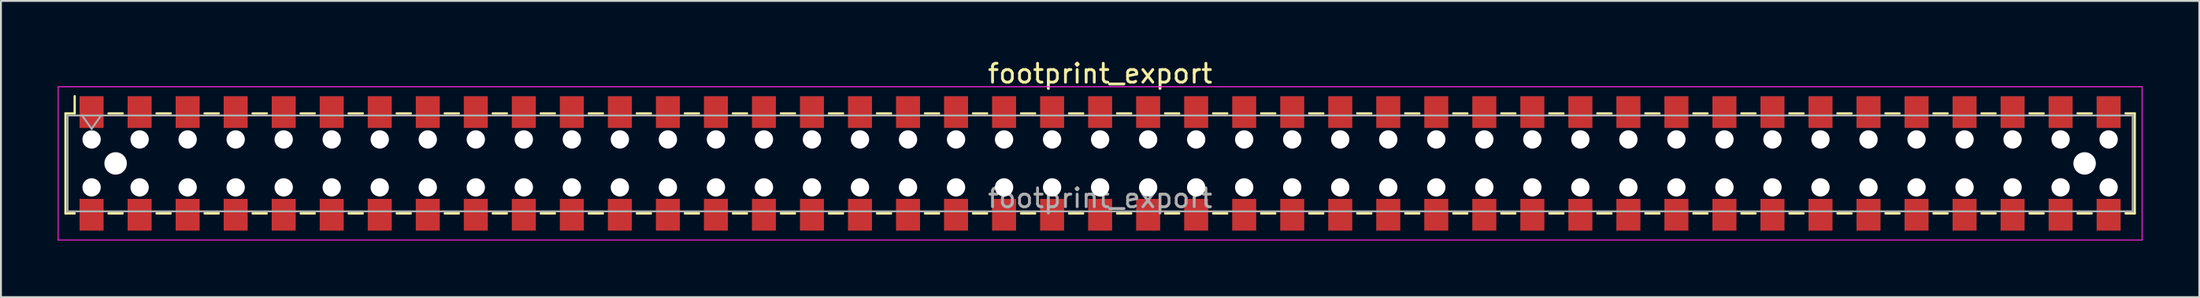
<source format=kicad_pcb>
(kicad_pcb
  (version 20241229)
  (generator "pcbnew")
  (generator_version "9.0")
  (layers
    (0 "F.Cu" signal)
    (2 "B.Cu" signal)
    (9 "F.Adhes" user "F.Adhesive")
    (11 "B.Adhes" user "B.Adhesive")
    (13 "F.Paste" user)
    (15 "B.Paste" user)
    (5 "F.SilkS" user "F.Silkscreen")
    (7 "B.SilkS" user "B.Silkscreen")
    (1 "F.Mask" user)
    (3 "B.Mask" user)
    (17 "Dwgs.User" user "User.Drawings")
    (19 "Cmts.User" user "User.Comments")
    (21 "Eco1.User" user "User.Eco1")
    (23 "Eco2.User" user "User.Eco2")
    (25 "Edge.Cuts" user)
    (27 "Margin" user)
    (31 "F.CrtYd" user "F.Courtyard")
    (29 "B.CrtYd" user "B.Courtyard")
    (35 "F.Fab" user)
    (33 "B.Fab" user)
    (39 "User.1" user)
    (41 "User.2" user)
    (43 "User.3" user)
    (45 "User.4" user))
  (footprint "footprint_export"
    (layer "F.Cu")
    (at 55.135 5.608)
    (property "Reference" "footprint_export" (at 0 -4.76 0) (layer "F.SilkS") (effects (font (size 1 1) (thickness 0.15))))
    (attr smd)
    (fp_line (start -54.72 -2.65) (end -54.72 2.65) (stroke (width 0.12) (type solid)) (layer "F.SilkS"))
    (fp_line (start -54.72 2.65) (end -54.235 2.65) (stroke (width 0.12) (type solid)) (layer "F.SilkS"))
    (fp_line (start -54.235 -3.56) (end -54.235 -2.65) (stroke (width 0.12) (type solid)) (layer "F.SilkS"))
    (fp_line (start -54.235 -2.65) (end -54.72 -2.65) (stroke (width 0.12) (type solid)) (layer "F.SilkS"))
    (fp_line (start -52.445 -2.65) (end -51.695 -2.65) (stroke (width 0.12) (type solid)) (layer "F.SilkS"))
    (fp_line (start -52.445 2.65) (end -51.695 2.65) (stroke (width 0.12) (type solid)) (layer "F.SilkS"))
    (fp_line (start -49.905 -2.65) (end -49.155 -2.65) (stroke (width 0.12) (type solid)) (layer "F.SilkS"))
    (fp_line (start -49.905 2.65) (end -49.155 2.65) (stroke (width 0.12) (type solid)) (layer "F.SilkS"))
    (fp_line (start -47.365 -2.65) (end -46.615 -2.65) (stroke (width 0.12) (type solid)) (layer "F.SilkS"))
    (fp_line (start -47.365 2.65) (end -46.615 2.65) (stroke (width 0.12) (type solid)) (layer "F.SilkS"))
    (fp_line (start -44.825 -2.65) (end -44.075 -2.65) (stroke (width 0.12) (type solid)) (layer "F.SilkS"))
    (fp_line (start -44.825 2.65) (end -44.075 2.65) (stroke (width 0.12) (type solid)) (layer "F.SilkS"))
    (fp_line (start -42.285 -2.65) (end -41.535 -2.65) (stroke (width 0.12) (type solid)) (layer "F.SilkS"))
    (fp_line (start -42.285 2.65) (end -41.535 2.65) (stroke (width 0.12) (type solid)) (layer "F.SilkS"))
    (fp_line (start -39.745 -2.65) (end -38.995 -2.65) (stroke (width 0.12) (type solid)) (layer "F.SilkS"))
    (fp_line (start -39.745 2.65) (end -38.995 2.65) (stroke (width 0.12) (type solid)) (layer "F.SilkS"))
    (fp_line (start -37.205 -2.65) (end -36.455 -2.65) (stroke (width 0.12) (type solid)) (layer "F.SilkS"))
    (fp_line (start -37.205 2.65) (end -36.455 2.65) (stroke (width 0.12) (type solid)) (layer "F.SilkS"))
    (fp_line (start -34.665 -2.65) (end -33.915 -2.65) (stroke (width 0.12) (type solid)) (layer "F.SilkS"))
    (fp_line (start -34.665 2.65) (end -33.915 2.65) (stroke (width 0.12) (type solid)) (layer "F.SilkS"))
    (fp_line (start -32.125 -2.65) (end -31.375 -2.65) (stroke (width 0.12) (type solid)) (layer "F.SilkS"))
    (fp_line (start -32.125 2.65) (end -31.375 2.65) (stroke (width 0.12) (type solid)) (layer "F.SilkS"))
    (fp_line (start -29.585 -2.65) (end -28.835 -2.65) (stroke (width 0.12) (type solid)) (layer "F.SilkS"))
    (fp_line (start -29.585 2.65) (end -28.835 2.65) (stroke (width 0.12) (type solid)) (layer "F.SilkS"))
    (fp_line (start -27.045 -2.65) (end -26.295 -2.65) (stroke (width 0.12) (type solid)) (layer "F.SilkS"))
    (fp_line (start -27.045 2.65) (end -26.295 2.65) (stroke (width 0.12) (type solid)) (layer "F.SilkS"))
    (fp_line (start -24.505 -2.65) (end -23.755 -2.65) (stroke (width 0.12) (type solid)) (layer "F.SilkS"))
    (fp_line (start -24.505 2.65) (end -23.755 2.65) (stroke (width 0.12) (type solid)) (layer "F.SilkS"))
    (fp_line (start -21.965 -2.65) (end -21.215 -2.65) (stroke (width 0.12) (type solid)) (layer "F.SilkS"))
    (fp_line (start -21.965 2.65) (end -21.215 2.65) (stroke (width 0.12) (type solid)) (layer "F.SilkS"))
    (fp_line (start -19.425 -2.65) (end -18.675 -2.65) (stroke (width 0.12) (type solid)) (layer "F.SilkS"))
    (fp_line (start -19.425 2.65) (end -18.675 2.65) (stroke (width 0.12) (type solid)) (layer "F.SilkS"))
    (fp_line (start -16.885 -2.65) (end -16.135 -2.65) (stroke (width 0.12) (type solid)) (layer "F.SilkS"))
    (fp_line (start -16.885 2.65) (end -16.135 2.65) (stroke (width 0.12) (type solid)) (layer "F.SilkS"))
    (fp_line (start -14.345 -2.65) (end -13.595 -2.65) (stroke (width 0.12) (type solid)) (layer "F.SilkS"))
    (fp_line (start -14.345 2.65) (end -13.595 2.65) (stroke (width 0.12) (type solid)) (layer "F.SilkS"))
    (fp_line (start -11.805 -2.65) (end -11.055 -2.65) (stroke (width 0.12) (type solid)) (layer "F.SilkS"))
    (fp_line (start -11.805 2.65) (end -11.055 2.65) (stroke (width 0.12) (type solid)) (layer "F.SilkS"))
    (fp_line (start -9.265 -2.65) (end -8.515 -2.65) (stroke (width 0.12) (type solid)) (layer "F.SilkS"))
    (fp_line (start -9.265 2.65) (end -8.515 2.65) (stroke (width 0.12) (type solid)) (layer "F.SilkS"))
    (fp_line (start -6.725 -2.65) (end -5.975 -2.65) (stroke (width 0.12) (type solid)) (layer "F.SilkS"))
    (fp_line (start -6.725 2.65) (end -5.975 2.65) (stroke (width 0.12) (type solid)) (layer "F.SilkS"))
    (fp_line (start -4.185 -2.65) (end -3.435 -2.65) (stroke (width 0.12) (type solid)) (layer "F.SilkS"))
    (fp_line (start -4.185 2.65) (end -3.435 2.65) (stroke (width 0.12) (type solid)) (layer "F.SilkS"))
    (fp_line (start -1.645 -2.65) (end -0.895 -2.65) (stroke (width 0.12) (type solid)) (layer "F.SilkS"))
    (fp_line (start -1.645 2.65) (end -0.895 2.65) (stroke (width 0.12) (type solid)) (layer "F.SilkS"))
    (fp_line (start 0.895 -2.65) (end 1.645 -2.65) (stroke (width 0.12) (type solid)) (layer "F.SilkS"))
    (fp_line (start 0.895 2.65) (end 1.645 2.65) (stroke (width 0.12) (type solid)) (layer "F.SilkS"))
    (fp_line (start 3.435 -2.65) (end 4.185 -2.65) (stroke (width 0.12) (type solid)) (layer "F.SilkS"))
    (fp_line (start 3.435 2.65) (end 4.185 2.65) (stroke (width 0.12) (type solid)) (layer "F.SilkS"))
    (fp_line (start 5.975 -2.65) (end 6.725 -2.65) (stroke (width 0.12) (type solid)) (layer "F.SilkS"))
    (fp_line (start 5.975 2.65) (end 6.725 2.65) (stroke (width 0.12) (type solid)) (layer "F.SilkS"))
    (fp_line (start 8.515 -2.65) (end 9.265 -2.65) (stroke (width 0.12) (type solid)) (layer "F.SilkS"))
    (fp_line (start 8.515 2.65) (end 9.265 2.65) (stroke (width 0.12) (type solid)) (layer "F.SilkS"))
    (fp_line (start 11.055 -2.65) (end 11.805 -2.65) (stroke (width 0.12) (type solid)) (layer "F.SilkS"))
    (fp_line (start 11.055 2.65) (end 11.805 2.65) (stroke (width 0.12) (type solid)) (layer "F.SilkS"))
    (fp_line (start 13.595 -2.65) (end 14.345 -2.65) (stroke (width 0.12) (type solid)) (layer "F.SilkS"))
    (fp_line (start 13.595 2.65) (end 14.345 2.65) (stroke (width 0.12) (type solid)) (layer "F.SilkS"))
    (fp_line (start 16.135 -2.65) (end 16.885 -2.65) (stroke (width 0.12) (type solid)) (layer "F.SilkS"))
    (fp_line (start 16.135 2.65) (end 16.885 2.65) (stroke (width 0.12) (type solid)) (layer "F.SilkS"))
    (fp_line (start 18.675 -2.65) (end 19.425 -2.65) (stroke (width 0.12) (type solid)) (layer "F.SilkS"))
    (fp_line (start 18.675 2.65) (end 19.425 2.65) (stroke (width 0.12) (type solid)) (layer "F.SilkS"))
    (fp_line (start 21.215 -2.65) (end 21.965 -2.65) (stroke (width 0.12) (type solid)) (layer "F.SilkS"))
    (fp_line (start 21.215 2.65) (end 21.965 2.65) (stroke (width 0.12) (type solid)) (layer "F.SilkS"))
    (fp_line (start 23.755 -2.65) (end 24.505 -2.65) (stroke (width 0.12) (type solid)) (layer "F.SilkS"))
    (fp_line (start 23.755 2.65) (end 24.505 2.65) (stroke (width 0.12) (type solid)) (layer "F.SilkS"))
    (fp_line (start 26.295 -2.65) (end 27.045 -2.65) (stroke (width 0.12) (type solid)) (layer "F.SilkS"))
    (fp_line (start 26.295 2.65) (end 27.045 2.65) (stroke (width 0.12) (type solid)) (layer "F.SilkS"))
    (fp_line (start 28.835 -2.65) (end 29.585 -2.65) (stroke (width 0.12) (type solid)) (layer "F.SilkS"))
    (fp_line (start 28.835 2.65) (end 29.585 2.65) (stroke (width 0.12) (type solid)) (layer "F.SilkS"))
    (fp_line (start 31.375 -2.65) (end 32.125 -2.65) (stroke (width 0.12) (type solid)) (layer "F.SilkS"))
    (fp_line (start 31.375 2.65) (end 32.125 2.65) (stroke (width 0.12) (type solid)) (layer "F.SilkS"))
    (fp_line (start 33.915 -2.65) (end 34.665 -2.65) (stroke (width 0.12) (type solid)) (layer "F.SilkS"))
    (fp_line (start 33.915 2.65) (end 34.665 2.65) (stroke (width 0.12) (type solid)) (layer "F.SilkS"))
    (fp_line (start 36.455 -2.65) (end 37.205 -2.65) (stroke (width 0.12) (type solid)) (layer "F.SilkS"))
    (fp_line (start 36.455 2.65) (end 37.205 2.65) (stroke (width 0.12) (type solid)) (layer "F.SilkS"))
    (fp_line (start 38.995 -2.65) (end 39.745 -2.65) (stroke (width 0.12) (type solid)) (layer "F.SilkS"))
    (fp_line (start 38.995 2.65) (end 39.745 2.65) (stroke (width 0.12) (type solid)) (layer "F.SilkS"))
    (fp_line (start 41.535 -2.65) (end 42.285 -2.65) (stroke (width 0.12) (type solid)) (layer "F.SilkS"))
    (fp_line (start 41.535 2.65) (end 42.285 2.65) (stroke (width 0.12) (type solid)) (layer "F.SilkS"))
    (fp_line (start 44.075 -2.65) (end 44.825 -2.65) (stroke (width 0.12) (type solid)) (layer "F.SilkS"))
    (fp_line (start 44.075 2.65) (end 44.825 2.65) (stroke (width 0.12) (type solid)) (layer "F.SilkS"))
    (fp_line (start 46.615 -2.65) (end 47.365 -2.65) (stroke (width 0.12) (type solid)) (layer "F.SilkS"))
    (fp_line (start 46.615 2.65) (end 47.365 2.65) (stroke (width 0.12) (type solid)) (layer "F.SilkS"))
    (fp_line (start 49.155 -2.65) (end 49.905 -2.65) (stroke (width 0.12) (type solid)) (layer "F.SilkS"))
    (fp_line (start 49.155 2.65) (end 49.905 2.65) (stroke (width 0.12) (type solid)) (layer "F.SilkS"))
    (fp_line (start 51.695 -2.65) (end 52.445 -2.65) (stroke (width 0.12) (type solid)) (layer "F.SilkS"))
    (fp_line (start 51.695 2.65) (end 52.445 2.65) (stroke (width 0.12) (type solid)) (layer "F.SilkS"))
    (fp_line (start 54.235 -2.65) (end 54.72 -2.65) (stroke (width 0.12) (type solid)) (layer "F.SilkS"))
    (fp_line (start 54.72 -2.65) (end 54.72 2.65) (stroke (width 0.12) (type solid)) (layer "F.SilkS"))
    (fp_line (start 54.72 2.65) (end 54.235 2.65) (stroke (width 0.12) (type solid)) (layer "F.SilkS"))
    (fp_line (start -55.11 -4.06) (end 55.11 -4.06) (stroke (width 0.05) (type solid)) (layer "F.CrtYd"))
    (fp_line (start -55.11 4.06) (end -55.11 -4.06) (stroke (width 0.05) (type solid)) (layer "F.CrtYd"))
    (fp_line (start 55.11 -4.06) (end 55.11 4.06) (stroke (width 0.05) (type solid)) (layer "F.CrtYd"))
    (fp_line (start 55.11 4.06) (end -55.11 4.06) (stroke (width 0.05) (type solid)) (layer "F.CrtYd"))
    (fp_line (start -54.61 -2.54) (end 54.61 -2.54) (stroke (width 0.1) (type solid)) (layer "F.Fab"))
    (fp_line (start -54.61 2.54) (end -54.61 -2.54) (stroke (width 0.1) (type solid)) (layer "F.Fab"))
    (fp_line (start -53.84 -2.54) (end -53.34 -1.833) (stroke (width 0.1) (type solid)) (layer "F.Fab"))
    (fp_line (start -53.34 -1.833) (end -52.84 -2.54) (stroke (width 0.1) (type solid)) (layer "F.Fab"))
    (fp_line (start 54.61 -2.54) (end 54.61 2.54) (stroke (width 0.1) (type solid)) (layer "F.Fab"))
    (fp_line (start 54.61 2.54) (end -54.61 2.54) (stroke (width 0.1) (type solid)) (layer "F.Fab"))
    (fp_text user "${REFERENCE}" (at 0 1.84 0) (layer "F.Fab") (effects (font (size 1 1) (thickness 0.15))))
    (pad "" np_thru_hole circle (at -53.34 -1.27) (size 0.97 0.97) (drill 0.97) (layers "*.Cu" "*.Mask"))
    (pad "" np_thru_hole circle (at -53.34 1.27) (size 0.97 0.97) (drill 0.97) (layers "*.Cu" "*.Mask"))
    (pad "" np_thru_hole circle (at -52.07 0) (size 1.19 1.19) (drill 1.19) (layers "*.Cu" "*.Mask"))
    (pad "" np_thru_hole circle (at -50.8 -1.27) (size 0.97 0.97) (drill 0.97) (layers "*.Cu" "*.Mask"))
    (pad "" np_thru_hole circle (at -50.8 1.27) (size 0.97 0.97) (drill 0.97) (layers "*.Cu" "*.Mask"))
    (pad "" np_thru_hole circle (at -48.26 -1.27) (size 0.97 0.97) (drill 0.97) (layers "*.Cu" "*.Mask"))
    (pad "" np_thru_hole circle (at -48.26 1.27) (size 0.97 0.97) (drill 0.97) (layers "*.Cu" "*.Mask"))
    (pad "" np_thru_hole circle (at -45.72 -1.27) (size 0.97 0.97) (drill 0.97) (layers "*.Cu" "*.Mask"))
    (pad "" np_thru_hole circle (at -45.72 1.27) (size 0.97 0.97) (drill 0.97) (layers "*.Cu" "*.Mask"))
    (pad "" np_thru_hole circle (at -43.18 -1.27) (size 0.97 0.97) (drill 0.97) (layers "*.Cu" "*.Mask"))
    (pad "" np_thru_hole circle (at -43.18 1.27) (size 0.97 0.97) (drill 0.97) (layers "*.Cu" "*.Mask"))
    (pad "" np_thru_hole circle (at -40.64 -1.27) (size 0.97 0.97) (drill 0.97) (layers "*.Cu" "*.Mask"))
    (pad "" np_thru_hole circle (at -40.64 1.27) (size 0.97 0.97) (drill 0.97) (layers "*.Cu" "*.Mask"))
    (pad "" np_thru_hole circle (at -38.1 -1.27) (size 0.97 0.97) (drill 0.97) (layers "*.Cu" "*.Mask"))
    (pad "" np_thru_hole circle (at -38.1 1.27) (size 0.97 0.97) (drill 0.97) (layers "*.Cu" "*.Mask"))
    (pad "" np_thru_hole circle (at -35.56 -1.27) (size 0.97 0.97) (drill 0.97) (layers "*.Cu" "*.Mask"))
    (pad "" np_thru_hole circle (at -35.56 1.27) (size 0.97 0.97) (drill 0.97) (layers "*.Cu" "*.Mask"))
    (pad "" np_thru_hole circle (at -33.02 -1.27) (size 0.97 0.97) (drill 0.97) (layers "*.Cu" "*.Mask"))
    (pad "" np_thru_hole circle (at -33.02 1.27) (size 0.97 0.97) (drill 0.97) (layers "*.Cu" "*.Mask"))
    (pad "" np_thru_hole circle (at -30.48 -1.27) (size 0.97 0.97) (drill 0.97) (layers "*.Cu" "*.Mask"))
    (pad "" np_thru_hole circle (at -30.48 1.27) (size 0.97 0.97) (drill 0.97) (layers "*.Cu" "*.Mask"))
    (pad "" np_thru_hole circle (at -27.94 -1.27) (size 0.97 0.97) (drill 0.97) (layers "*.Cu" "*.Mask"))
    (pad "" np_thru_hole circle (at -27.94 1.27) (size 0.97 0.97) (drill 0.97) (layers "*.Cu" "*.Mask"))
    (pad "" np_thru_hole circle (at -25.4 -1.27) (size 0.97 0.97) (drill 0.97) (layers "*.Cu" "*.Mask"))
    (pad "" np_thru_hole circle (at -25.4 1.27) (size 0.97 0.97) (drill 0.97) (layers "*.Cu" "*.Mask"))
    (pad "" np_thru_hole circle (at -22.86 -1.27) (size 0.97 0.97) (drill 0.97) (layers "*.Cu" "*.Mask"))
    (pad "" np_thru_hole circle (at -22.86 1.27) (size 0.97 0.97) (drill 0.97) (layers "*.Cu" "*.Mask"))
    (pad "" np_thru_hole circle (at -20.32 -1.27) (size 0.97 0.97) (drill 0.97) (layers "*.Cu" "*.Mask"))
    (pad "" np_thru_hole circle (at -20.32 1.27) (size 0.97 0.97) (drill 0.97) (layers "*.Cu" "*.Mask"))
    (pad "" np_thru_hole circle (at -17.78 -1.27) (size 0.97 0.97) (drill 0.97) (layers "*.Cu" "*.Mask"))
    (pad "" np_thru_hole circle (at -17.78 1.27) (size 0.97 0.97) (drill 0.97) (layers "*.Cu" "*.Mask"))
    (pad "" np_thru_hole circle (at -15.24 -1.27) (size 0.97 0.97) (drill 0.97) (layers "*.Cu" "*.Mask"))
    (pad "" np_thru_hole circle (at -15.24 1.27) (size 0.97 0.97) (drill 0.97) (layers "*.Cu" "*.Mask"))
    (pad "" np_thru_hole circle (at -12.7 -1.27) (size 0.97 0.97) (drill 0.97) (layers "*.Cu" "*.Mask"))
    (pad "" np_thru_hole circle (at -12.7 1.27) (size 0.97 0.97) (drill 0.97) (layers "*.Cu" "*.Mask"))
    (pad "" np_thru_hole circle (at -10.16 -1.27) (size 0.97 0.97) (drill 0.97) (layers "*.Cu" "*.Mask"))
    (pad "" np_thru_hole circle (at -10.16 1.27) (size 0.97 0.97) (drill 0.97) (layers "*.Cu" "*.Mask"))
    (pad "" np_thru_hole circle (at -7.62 -1.27) (size 0.97 0.97) (drill 0.97) (layers "*.Cu" "*.Mask"))
    (pad "" np_thru_hole circle (at -7.62 1.27) (size 0.97 0.97) (drill 0.97) (layers "*.Cu" "*.Mask"))
    (pad "" np_thru_hole circle (at -5.08 -1.27) (size 0.97 0.97) (drill 0.97) (layers "*.Cu" "*.Mask"))
    (pad "" np_thru_hole circle (at -5.08 1.27) (size 0.97 0.97) (drill 0.97) (layers "*.Cu" "*.Mask"))
    (pad "" np_thru_hole circle (at -2.54 -1.27) (size 0.97 0.97) (drill 0.97) (layers "*.Cu" "*.Mask"))
    (pad "" np_thru_hole circle (at -2.54 1.27) (size 0.97 0.97) (drill 0.97) (layers "*.Cu" "*.Mask"))
    (pad "" np_thru_hole circle (at 0 -1.27) (size 0.97 0.97) (drill 0.97) (layers "*.Cu" "*.Mask"))
    (pad "" np_thru_hole circle (at 0 1.27) (size 0.97 0.97) (drill 0.97) (layers "*.Cu" "*.Mask"))
    (pad "" np_thru_hole circle (at 2.54 -1.27) (size 0.97 0.97) (drill 0.97) (layers "*.Cu" "*.Mask"))
    (pad "" np_thru_hole circle (at 2.54 1.27) (size 0.97 0.97) (drill 0.97) (layers "*.Cu" "*.Mask"))
    (pad "" np_thru_hole circle (at 5.08 -1.27) (size 0.97 0.97) (drill 0.97) (layers "*.Cu" "*.Mask"))
    (pad "" np_thru_hole circle (at 5.08 1.27) (size 0.97 0.97) (drill 0.97) (layers "*.Cu" "*.Mask"))
    (pad "" np_thru_hole circle (at 7.62 -1.27) (size 0.97 0.97) (drill 0.97) (layers "*.Cu" "*.Mask"))
    (pad "" np_thru_hole circle (at 7.62 1.27) (size 0.97 0.97) (drill 0.97) (layers "*.Cu" "*.Mask"))
    (pad "" np_thru_hole circle (at 10.16 -1.27) (size 0.97 0.97) (drill 0.97) (layers "*.Cu" "*.Mask"))
    (pad "" np_thru_hole circle (at 10.16 1.27) (size 0.97 0.97) (drill 0.97) (layers "*.Cu" "*.Mask"))
    (pad "" np_thru_hole circle (at 12.7 -1.27) (size 0.97 0.97) (drill 0.97) (layers "*.Cu" "*.Mask"))
    (pad "" np_thru_hole circle (at 12.7 1.27) (size 0.97 0.97) (drill 0.97) (layers "*.Cu" "*.Mask"))
    (pad "" np_thru_hole circle (at 15.24 -1.27) (size 0.97 0.97) (drill 0.97) (layers "*.Cu" "*.Mask"))
    (pad "" np_thru_hole circle (at 15.24 1.27) (size 0.97 0.97) (drill 0.97) (layers "*.Cu" "*.Mask"))
    (pad "" np_thru_hole circle (at 17.78 -1.27) (size 0.97 0.97) (drill 0.97) (layers "*.Cu" "*.Mask"))
    (pad "" np_thru_hole circle (at 17.78 1.27) (size 0.97 0.97) (drill 0.97) (layers "*.Cu" "*.Mask"))
    (pad "" np_thru_hole circle (at 20.32 -1.27) (size 0.97 0.97) (drill 0.97) (layers "*.Cu" "*.Mask"))
    (pad "" np_thru_hole circle (at 20.32 1.27) (size 0.97 0.97) (drill 0.97) (layers "*.Cu" "*.Mask"))
    (pad "" np_thru_hole circle (at 22.86 -1.27) (size 0.97 0.97) (drill 0.97) (layers "*.Cu" "*.Mask"))
    (pad "" np_thru_hole circle (at 22.86 1.27) (size 0.97 0.97) (drill 0.97) (layers "*.Cu" "*.Mask"))
    (pad "" np_thru_hole circle (at 25.4 -1.27) (size 0.97 0.97) (drill 0.97) (layers "*.Cu" "*.Mask"))
    (pad "" np_thru_hole circle (at 25.4 1.27) (size 0.97 0.97) (drill 0.97) (layers "*.Cu" "*.Mask"))
    (pad "" np_thru_hole circle (at 27.94 -1.27) (size 0.97 0.97) (drill 0.97) (layers "*.Cu" "*.Mask"))
    (pad "" np_thru_hole circle (at 27.94 1.27) (size 0.97 0.97) (drill 0.97) (layers "*.Cu" "*.Mask"))
    (pad "" np_thru_hole circle (at 30.48 -1.27) (size 0.97 0.97) (drill 0.97) (layers "*.Cu" "*.Mask"))
    (pad "" np_thru_hole circle (at 30.48 1.27) (size 0.97 0.97) (drill 0.97) (layers "*.Cu" "*.Mask"))
    (pad "" np_thru_hole circle (at 33.02 -1.27) (size 0.97 0.97) (drill 0.97) (layers "*.Cu" "*.Mask"))
    (pad "" np_thru_hole circle (at 33.02 1.27) (size 0.97 0.97) (drill 0.97) (layers "*.Cu" "*.Mask"))
    (pad "" np_thru_hole circle (at 35.56 -1.27) (size 0.97 0.97) (drill 0.97) (layers "*.Cu" "*.Mask"))
    (pad "" np_thru_hole circle (at 35.56 1.27) (size 0.97 0.97) (drill 0.97) (layers "*.Cu" "*.Mask"))
    (pad "" np_thru_hole circle (at 38.1 -1.27) (size 0.97 0.97) (drill 0.97) (layers "*.Cu" "*.Mask"))
    (pad "" np_thru_hole circle (at 38.1 1.27) (size 0.97 0.97) (drill 0.97) (layers "*.Cu" "*.Mask"))
    (pad "" np_thru_hole circle (at 40.64 -1.27) (size 0.97 0.97) (drill 0.97) (layers "*.Cu" "*.Mask"))
    (pad "" np_thru_hole circle (at 40.64 1.27) (size 0.97 0.97) (drill 0.97) (layers "*.Cu" "*.Mask"))
    (pad "" np_thru_hole circle (at 43.18 -1.27) (size 0.97 0.97) (drill 0.97) (layers "*.Cu" "*.Mask"))
    (pad "" np_thru_hole circle (at 43.18 1.27) (size 0.97 0.97) (drill 0.97) (layers "*.Cu" "*.Mask"))
    (pad "" np_thru_hole circle (at 45.72 -1.27) (size 0.97 0.97) (drill 0.97) (layers "*.Cu" "*.Mask"))
    (pad "" np_thru_hole circle (at 45.72 1.27) (size 0.97 0.97) (drill 0.97) (layers "*.Cu" "*.Mask"))
    (pad "" np_thru_hole circle (at 48.26 -1.27) (size 0.97 0.97) (drill 0.97) (layers "*.Cu" "*.Mask"))
    (pad "" np_thru_hole circle (at 48.26 1.27) (size 0.97 0.97) (drill 0.97) (layers "*.Cu" "*.Mask"))
    (pad "" np_thru_hole circle (at 50.8 -1.27) (size 0.97 0.97) (drill 0.97) (layers "*.Cu" "*.Mask"))
    (pad "" np_thru_hole circle (at 50.8 1.27) (size 0.97 0.97) (drill 0.97) (layers "*.Cu" "*.Mask"))
    (pad "" np_thru_hole circle (at 52.07 0) (size 1.19 1.19) (drill 1.19) (layers "*.Cu" "*.Mask"))
    (pad "" np_thru_hole circle (at 53.34 -1.27) (size 0.97 0.97) (drill 0.97) (layers "*.Cu" "*.Mask"))
    (pad "" np_thru_hole circle (at 53.34 1.27) (size 0.97 0.97) (drill 0.97) (layers "*.Cu" "*.Mask"))
    (pad "1" smd rect (at -53.34 -2.72) (size 1.27 1.68) (layers "F.Cu" "F.Mask" "F.Paste"))
    (pad "2" smd rect (at -53.34 2.72) (size 1.27 1.68) (layers "F.Cu" "F.Mask" "F.Paste"))
    (pad "3" smd rect (at -50.8 -2.72) (size 1.27 1.68) (layers "F.Cu" "F.Mask" "F.Paste"))
    (pad "4" smd rect (at -50.8 2.72) (size 1.27 1.68) (layers "F.Cu" "F.Mask" "F.Paste"))
    (pad "5" smd rect (at -48.26 -2.72) (size 1.27 1.68) (layers "F.Cu" "F.Mask" "F.Paste"))
    (pad "6" smd rect (at -48.26 2.72) (size 1.27 1.68) (layers "F.Cu" "F.Mask" "F.Paste"))
    (pad "7" smd rect (at -45.72 -2.72) (size 1.27 1.68) (layers "F.Cu" "F.Mask" "F.Paste"))
    (pad "8" smd rect (at -45.72 2.72) (size 1.27 1.68) (layers "F.Cu" "F.Mask" "F.Paste"))
    (pad "9" smd rect (at -43.18 -2.72) (size 1.27 1.68) (layers "F.Cu" "F.Mask" "F.Paste"))
    (pad "10" smd rect (at -43.18 2.72) (size 1.27 1.68) (layers "F.Cu" "F.Mask" "F.Paste"))
    (pad "11" smd rect (at -40.64 -2.72) (size 1.27 1.68) (layers "F.Cu" "F.Mask" "F.Paste"))
    (pad "12" smd rect (at -40.64 2.72) (size 1.27 1.68) (layers "F.Cu" "F.Mask" "F.Paste"))
    (pad "13" smd rect (at -38.1 -2.72) (size 1.27 1.68) (layers "F.Cu" "F.Mask" "F.Paste"))
    (pad "14" smd rect (at -38.1 2.72) (size 1.27 1.68) (layers "F.Cu" "F.Mask" "F.Paste"))
    (pad "15" smd rect (at -35.56 -2.72) (size 1.27 1.68) (layers "F.Cu" "F.Mask" "F.Paste"))
    (pad "16" smd rect (at -35.56 2.72) (size 1.27 1.68) (layers "F.Cu" "F.Mask" "F.Paste"))
    (pad "17" smd rect (at -33.02 -2.72) (size 1.27 1.68) (layers "F.Cu" "F.Mask" "F.Paste"))
    (pad "18" smd rect (at -33.02 2.72) (size 1.27 1.68) (layers "F.Cu" "F.Mask" "F.Paste"))
    (pad "19" smd rect (at -30.48 -2.72) (size 1.27 1.68) (layers "F.Cu" "F.Mask" "F.Paste"))
    (pad "20" smd rect (at -30.48 2.72) (size 1.27 1.68) (layers "F.Cu" "F.Mask" "F.Paste"))
    (pad "21" smd rect (at -27.94 -2.72) (size 1.27 1.68) (layers "F.Cu" "F.Mask" "F.Paste"))
    (pad "22" smd rect (at -27.94 2.72) (size 1.27 1.68) (layers "F.Cu" "F.Mask" "F.Paste"))
    (pad "23" smd rect (at -25.4 -2.72) (size 1.27 1.68) (layers "F.Cu" "F.Mask" "F.Paste"))
    (pad "24" smd rect (at -25.4 2.72) (size 1.27 1.68) (layers "F.Cu" "F.Mask" "F.Paste"))
    (pad "25" smd rect (at -22.86 -2.72) (size 1.27 1.68) (layers "F.Cu" "F.Mask" "F.Paste"))
    (pad "26" smd rect (at -22.86 2.72) (size 1.27 1.68) (layers "F.Cu" "F.Mask" "F.Paste"))
    (pad "27" smd rect (at -20.32 -2.72) (size 1.27 1.68) (layers "F.Cu" "F.Mask" "F.Paste"))
    (pad "28" smd rect (at -20.32 2.72) (size 1.27 1.68) (layers "F.Cu" "F.Mask" "F.Paste"))
    (pad "29" smd rect (at -17.78 -2.72) (size 1.27 1.68) (layers "F.Cu" "F.Mask" "F.Paste"))
    (pad "30" smd rect (at -17.78 2.72) (size 1.27 1.68) (layers "F.Cu" "F.Mask" "F.Paste"))
    (pad "31" smd rect (at -15.24 -2.72) (size 1.27 1.68) (layers "F.Cu" "F.Mask" "F.Paste"))
    (pad "32" smd rect (at -15.24 2.72) (size 1.27 1.68) (layers "F.Cu" "F.Mask" "F.Paste"))
    (pad "33" smd rect (at -12.7 -2.72) (size 1.27 1.68) (layers "F.Cu" "F.Mask" "F.Paste"))
    (pad "34" smd rect (at -12.7 2.72) (size 1.27 1.68) (layers "F.Cu" "F.Mask" "F.Paste"))
    (pad "35" smd rect (at -10.16 -2.72) (size 1.27 1.68) (layers "F.Cu" "F.Mask" "F.Paste"))
    (pad "36" smd rect (at -10.16 2.72) (size 1.27 1.68) (layers "F.Cu" "F.Mask" "F.Paste"))
    (pad "37" smd rect (at -7.62 -2.72) (size 1.27 1.68) (layers "F.Cu" "F.Mask" "F.Paste"))
    (pad "38" smd rect (at -7.62 2.72) (size 1.27 1.68) (layers "F.Cu" "F.Mask" "F.Paste"))
    (pad "39" smd rect (at -5.08 -2.72) (size 1.27 1.68) (layers "F.Cu" "F.Mask" "F.Paste"))
    (pad "40" smd rect (at -5.08 2.72) (size 1.27 1.68) (layers "F.Cu" "F.Mask" "F.Paste"))
    (pad "41" smd rect (at -2.54 -2.72) (size 1.27 1.68) (layers "F.Cu" "F.Mask" "F.Paste"))
    (pad "42" smd rect (at -2.54 2.72) (size 1.27 1.68) (layers "F.Cu" "F.Mask" "F.Paste"))
    (pad "43" smd rect (at 0 -2.72) (size 1.27 1.68) (layers "F.Cu" "F.Mask" "F.Paste"))
    (pad "44" smd rect (at 0 2.72) (size 1.27 1.68) (layers "F.Cu" "F.Mask" "F.Paste"))
    (pad "45" smd rect (at 2.54 -2.72) (size 1.27 1.68) (layers "F.Cu" "F.Mask" "F.Paste"))
    (pad "46" smd rect (at 2.54 2.72) (size 1.27 1.68) (layers "F.Cu" "F.Mask" "F.Paste"))
    (pad "47" smd rect (at 5.08 -2.72) (size 1.27 1.68) (layers "F.Cu" "F.Mask" "F.Paste"))
    (pad "48" smd rect (at 5.08 2.72) (size 1.27 1.68) (layers "F.Cu" "F.Mask" "F.Paste"))
    (pad "49" smd rect (at 7.62 -2.72) (size 1.27 1.68) (layers "F.Cu" "F.Mask" "F.Paste"))
    (pad "50" smd rect (at 7.62 2.72) (size 1.27 1.68) (layers "F.Cu" "F.Mask" "F.Paste"))
    (pad "51" smd rect (at 10.16 -2.72) (size 1.27 1.68) (layers "F.Cu" "F.Mask" "F.Paste"))
    (pad "52" smd rect (at 10.16 2.72) (size 1.27 1.68) (layers "F.Cu" "F.Mask" "F.Paste"))
    (pad "53" smd rect (at 12.7 -2.72) (size 1.27 1.68) (layers "F.Cu" "F.Mask" "F.Paste"))
    (pad "54" smd rect (at 12.7 2.72) (size 1.27 1.68) (layers "F.Cu" "F.Mask" "F.Paste"))
    (pad "55" smd rect (at 15.24 -2.72) (size 1.27 1.68) (layers "F.Cu" "F.Mask" "F.Paste"))
    (pad "56" smd rect (at 15.24 2.72) (size 1.27 1.68) (layers "F.Cu" "F.Mask" "F.Paste"))
    (pad "57" smd rect (at 17.78 -2.72) (size 1.27 1.68) (layers "F.Cu" "F.Mask" "F.Paste"))
    (pad "58" smd rect (at 17.78 2.72) (size 1.27 1.68) (layers "F.Cu" "F.Mask" "F.Paste"))
    (pad "59" smd rect (at 20.32 -2.72) (size 1.27 1.68) (layers "F.Cu" "F.Mask" "F.Paste"))
    (pad "60" smd rect (at 20.32 2.72) (size 1.27 1.68) (layers "F.Cu" "F.Mask" "F.Paste"))
    (pad "61" smd rect (at 22.86 -2.72) (size 1.27 1.68) (layers "F.Cu" "F.Mask" "F.Paste"))
    (pad "62" smd rect (at 22.86 2.72) (size 1.27 1.68) (layers "F.Cu" "F.Mask" "F.Paste"))
    (pad "63" smd rect (at 25.4 -2.72) (size 1.27 1.68) (layers "F.Cu" "F.Mask" "F.Paste"))
    (pad "64" smd rect (at 25.4 2.72) (size 1.27 1.68) (layers "F.Cu" "F.Mask" "F.Paste"))
    (pad "65" smd rect (at 27.94 -2.72) (size 1.27 1.68) (layers "F.Cu" "F.Mask" "F.Paste"))
    (pad "66" smd rect (at 27.94 2.72) (size 1.27 1.68) (layers "F.Cu" "F.Mask" "F.Paste"))
    (pad "67" smd rect (at 30.48 -2.72) (size 1.27 1.68) (layers "F.Cu" "F.Mask" "F.Paste"))
    (pad "68" smd rect (at 30.48 2.72) (size 1.27 1.68) (layers "F.Cu" "F.Mask" "F.Paste"))
    (pad "69" smd rect (at 33.02 -2.72) (size 1.27 1.68) (layers "F.Cu" "F.Mask" "F.Paste"))
    (pad "70" smd rect (at 33.02 2.72) (size 1.27 1.68) (layers "F.Cu" "F.Mask" "F.Paste"))
    (pad "71" smd rect (at 35.56 -2.72) (size 1.27 1.68) (layers "F.Cu" "F.Mask" "F.Paste"))
    (pad "72" smd rect (at 35.56 2.72) (size 1.27 1.68) (layers "F.Cu" "F.Mask" "F.Paste"))
    (pad "73" smd rect (at 38.1 -2.72) (size 1.27 1.68) (layers "F.Cu" "F.Mask" "F.Paste"))
    (pad "74" smd rect (at 38.1 2.72) (size 1.27 1.68) (layers "F.Cu" "F.Mask" "F.Paste"))
    (pad "75" smd rect (at 40.64 -2.72) (size 1.27 1.68) (layers "F.Cu" "F.Mask" "F.Paste"))
    (pad "76" smd rect (at 40.64 2.72) (size 1.27 1.68) (layers "F.Cu" "F.Mask" "F.Paste"))
    (pad "77" smd rect (at 43.18 -2.72) (size 1.27 1.68) (layers "F.Cu" "F.Mask" "F.Paste"))
    (pad "78" smd rect (at 43.18 2.72) (size 1.27 1.68) (layers "F.Cu" "F.Mask" "F.Paste"))
    (pad "79" smd rect (at 45.72 -2.72) (size 1.27 1.68) (layers "F.Cu" "F.Mask" "F.Paste"))
    (pad "80" smd rect (at 45.72 2.72) (size 1.27 1.68) (layers "F.Cu" "F.Mask" "F.Paste"))
    (pad "81" smd rect (at 48.26 -2.72) (size 1.27 1.68) (layers "F.Cu" "F.Mask" "F.Paste"))
    (pad "82" smd rect (at 48.26 2.72) (size 1.27 1.68) (layers "F.Cu" "F.Mask" "F.Paste"))
    (pad "83" smd rect (at 50.8 -2.72) (size 1.27 1.68) (layers "F.Cu" "F.Mask" "F.Paste"))
    (pad "84" smd rect (at 50.8 2.72) (size 1.27 1.68) (layers "F.Cu" "F.Mask" "F.Paste"))
    (pad "85" smd rect (at 53.34 -2.72) (size 1.27 1.68) (layers "F.Cu" "F.Mask" "F.Paste"))
    (pad "86" smd rect (at 53.34 2.72) (size 1.27 1.68) (layers "F.Cu" "F.Mask" "F.Paste")))
  (gr_rect
    (start -3 -3)
    (end 113.27 12.693)
    (stroke (width 0.1) (type default))
    (fill no)
    (layer "Edge.Cuts")))
</source>
